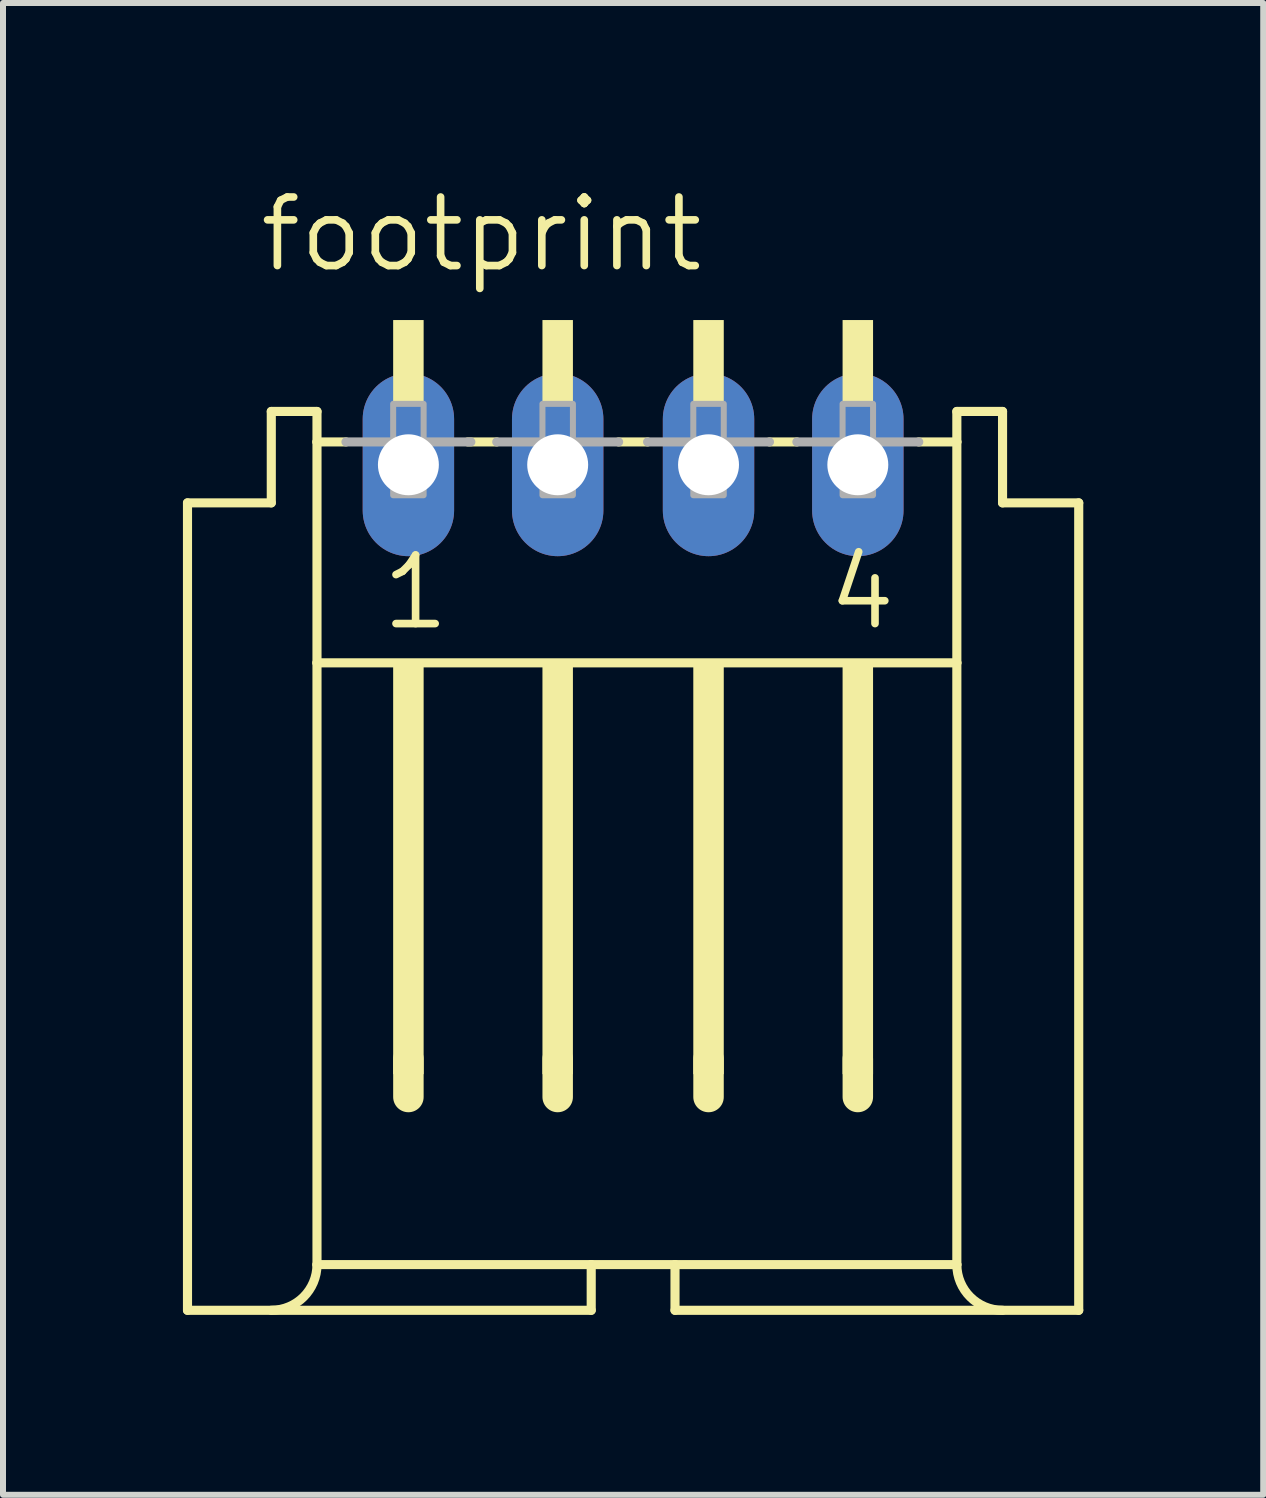
<source format=kicad_pcb>
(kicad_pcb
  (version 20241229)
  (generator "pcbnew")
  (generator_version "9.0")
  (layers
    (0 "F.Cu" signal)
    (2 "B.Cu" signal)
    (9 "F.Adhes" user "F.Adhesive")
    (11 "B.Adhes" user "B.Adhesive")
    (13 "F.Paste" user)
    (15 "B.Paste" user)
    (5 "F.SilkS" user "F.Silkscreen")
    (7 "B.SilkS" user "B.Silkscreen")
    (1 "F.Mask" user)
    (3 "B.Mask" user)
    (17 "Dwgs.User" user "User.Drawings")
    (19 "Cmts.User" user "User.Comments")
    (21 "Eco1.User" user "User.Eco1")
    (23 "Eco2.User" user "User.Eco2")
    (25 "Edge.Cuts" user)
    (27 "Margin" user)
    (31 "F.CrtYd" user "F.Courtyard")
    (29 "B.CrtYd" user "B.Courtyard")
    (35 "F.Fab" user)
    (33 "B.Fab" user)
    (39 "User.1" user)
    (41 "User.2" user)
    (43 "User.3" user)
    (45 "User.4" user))
  (footprint "footprint"
    (layer "F.Cu")
    (at 3.759 6.604)
    (property "Reference" "footprint" (at -2.54 -5.08 0) (layer "F.SilkS") (effects (font (size 1.143 1.143) (thickness 0.127)) (justify left bottom)))
    (fp_line (start -3.683 12.192) (end -3.683 -1.27) (stroke (width 0.152) (type solid)) (layer "F.SilkS"))
    (fp_line (start -3.683 12.192) (end 3.048 12.192) (stroke (width 0.152) (type solid)) (layer "F.SilkS"))
    (fp_line (start -2.286 -1.27) (end -3.683 -1.27) (stroke (width 0.152) (type solid)) (layer "F.SilkS"))
    (fp_line (start -2.286 -1.27) (end -2.286 -2.794) (stroke (width 0.152) (type solid)) (layer "F.SilkS"))
    (fp_line (start -1.524 -2.794) (end -2.286 -2.794) (stroke (width 0.152) (type solid)) (layer "F.SilkS"))
    (fp_line (start -1.524 -2.286) (end -1.524 -2.794) (stroke (width 0.152) (type solid)) (layer "F.SilkS"))
    (fp_line (start -1.524 1.397) (end -1.524 -2.286) (stroke (width 0.152) (type solid)) (layer "F.SilkS"))
    (fp_line (start -1.524 11.43) (end -1.524 1.397) (stroke (width 0.152) (type solid)) (layer "F.SilkS"))
    (fp_line (start -1.524 11.43) (end 3.048 11.43) (stroke (width 0.152) (type solid)) (layer "F.SilkS"))
    (fp_line (start -1.041 -2.286) (end -1.524 -2.286) (stroke (width 0.152) (type solid)) (layer "F.SilkS"))
    (fp_line (start 0 8.001) (end 0 8.636) (stroke (width 0.508) (type solid)) (layer "F.SilkS"))
    (fp_line (start 1.473 -2.286) (end 0.991 -2.286) (stroke (width 0.152) (type solid)) (layer "F.SilkS"))
    (fp_line (start 2.489 8.001) (end 2.489 8.636) (stroke (width 0.508) (type solid)) (layer "F.SilkS"))
    (fp_line (start 3.048 11.43) (end 4.445 11.43) (stroke (width 0.152) (type solid)) (layer "F.SilkS"))
    (fp_line (start 3.048 12.192) (end 3.048 11.43) (stroke (width 0.152) (type solid)) (layer "F.SilkS"))
    (fp_line (start 3.988 -2.286) (end 3.505 -2.286) (stroke (width 0.152) (type solid)) (layer "F.SilkS"))
    (fp_line (start 4.445 12.192) (end 4.445 11.43) (stroke (width 0.152) (type solid)) (layer "F.SilkS"))
    (fp_line (start 4.445 12.192) (end 11.176 12.192) (stroke (width 0.152) (type solid)) (layer "F.SilkS"))
    (fp_line (start 5.004 8.001) (end 5.004 8.636) (stroke (width 0.508) (type solid)) (layer "F.SilkS"))
    (fp_line (start 6.477 -2.286) (end 6.02 -2.286) (stroke (width 0.152) (type solid)) (layer "F.SilkS"))
    (fp_line (start 7.493 8.001) (end 7.493 8.636) (stroke (width 0.508) (type solid)) (layer "F.SilkS"))
    (fp_line (start 9.144 -2.794) (end 9.144 -2.286) (stroke (width 0.152) (type solid)) (layer "F.SilkS"))
    (fp_line (start 9.144 -2.286) (end 8.509 -2.286) (stroke (width 0.152) (type solid)) (layer "F.SilkS"))
    (fp_line (start 9.144 -2.286) (end 9.144 1.397) (stroke (width 0.152) (type solid)) (layer "F.SilkS"))
    (fp_line (start 9.144 1.397) (end -1.524 1.397) (stroke (width 0.152) (type solid)) (layer "F.SilkS"))
    (fp_line (start 9.144 1.397) (end 9.144 11.43) (stroke (width 0.152) (type solid)) (layer "F.SilkS"))
    (fp_line (start 9.144 11.43) (end 4.445 11.43) (stroke (width 0.152) (type solid)) (layer "F.SilkS"))
    (fp_line (start 9.906 -2.794) (end 9.144 -2.794) (stroke (width 0.152) (type solid)) (layer "F.SilkS"))
    (fp_line (start 9.906 -2.794) (end 9.906 -1.27) (stroke (width 0.152) (type solid)) (layer "F.SilkS"))
    (fp_line (start 11.176 -1.27) (end 9.906 -1.27) (stroke (width 0.152) (type solid)) (layer "F.SilkS"))
    (fp_line (start 11.176 -1.27) (end 11.176 12.192) (stroke (width 0.152) (type solid)) (layer "F.SilkS"))
    (fp_arc (start -1.524 11.43) (mid -1.747185 11.968815) (end -2.286 12.192) (stroke (width 0.1524) (type solid)) (layer "F.SilkS"))
    (fp_arc (start 9.906 12.192) (mid 9.367185 11.968815) (end 9.144 11.43) (stroke (width 0.1524) (type solid)) (layer "F.SilkS"))
    (fp_poly (pts (xy -0.254 -2.921) (xy 0.254 -2.921) (xy 0.254 -4.318) (xy -0.254 -4.318)) (stroke (width 0) (type solid)) (fill yes) (layer "F.SilkS"))
    (fp_poly (pts (xy -0.254 8.255) (xy 0.254 8.255) (xy 0.254 1.397) (xy -0.254 1.397)) (stroke (width 0) (type solid)) (fill yes) (layer "F.SilkS"))
    (fp_poly (pts (xy 2.235 -2.921) (xy 2.743 -2.921) (xy 2.743 -4.318) (xy 2.235 -4.318)) (stroke (width 0) (type solid)) (fill yes) (layer "F.SilkS"))
    (fp_poly (pts (xy 2.235 8.255) (xy 2.743 8.255) (xy 2.743 1.397) (xy 2.235 1.397)) (stroke (width 0) (type solid)) (fill yes) (layer "F.SilkS"))
    (fp_poly (pts (xy 4.75 -2.921) (xy 5.258 -2.921) (xy 5.258 -4.318) (xy 4.75 -4.318)) (stroke (width 0) (type solid)) (fill yes) (layer "F.SilkS"))
    (fp_poly (pts (xy 4.75 8.255) (xy 5.258 8.255) (xy 5.258 1.397) (xy 4.75 1.397)) (stroke (width 0) (type solid)) (fill yes) (layer "F.SilkS"))
    (fp_poly (pts (xy 7.239 -2.921) (xy 7.747 -2.921) (xy 7.747 -4.318) (xy 7.239 -4.318)) (stroke (width 0) (type solid)) (fill yes) (layer "F.SilkS"))
    (fp_poly (pts (xy 7.239 8.255) (xy 7.747 8.255) (xy 7.747 1.397) (xy 7.239 1.397)) (stroke (width 0) (type solid)) (fill yes) (layer "F.SilkS"))
    (fp_line (start -1.041 -2.286) (end 1.041 -2.286) (stroke (width 0.152) (type solid)) (layer "F.Fab"))
    (fp_line (start 1.473 -2.286) (end 3.505 -2.286) (stroke (width 0.152) (type solid)) (layer "F.Fab"))
    (fp_line (start 3.988 -2.286) (end 6.02 -2.286) (stroke (width 0.152) (type solid)) (layer "F.Fab"))
    (fp_line (start 6.477 -2.286) (end 8.509 -2.286) (stroke (width 0.152) (type solid)) (layer "F.Fab"))
    (fp_poly (pts (xy -0.254 -1.397) (xy 0.254 -1.397) (xy 0.254 -2.921) (xy -0.254 -2.921)) (stroke (width 0.1) (type solid)) (fill no) (layer "F.Fab"))
    (fp_poly (pts (xy 2.235 -1.397) (xy 2.743 -1.397) (xy 2.743 -2.921) (xy 2.235 -2.921)) (stroke (width 0.1) (type solid)) (fill no) (layer "F.Fab"))
    (fp_poly (pts (xy 4.75 -1.397) (xy 5.258 -1.397) (xy 5.258 -2.921) (xy 4.75 -2.921)) (stroke (width 0.1) (type solid)) (fill no) (layer "F.Fab"))
    (fp_poly (pts (xy 7.239 -1.397) (xy 7.747 -1.397) (xy 7.747 -2.921) (xy 7.239 -2.921)) (stroke (width 0.1) (type solid)) (fill no) (layer "F.Fab"))
    (fp_text user "1" (at -0.508 0.889 0) (layer "F.SilkS") (effects (font (size 1.143 1.143) (thickness 0.127)) (justify left bottom)))
    (fp_text user "4" (at 6.934 0.889 0) (layer "F.SilkS") (effects (font (size 1.143 1.143) (thickness 0.127)) (justify left bottom)))
    (pad "1" thru_hole oval (at 0 -1.905 90) (size 3.048 1.524) (drill 1.016) (layers "*.Cu" "*.Mask"))
    (pad "2" thru_hole oval (at 2.489 -1.905 90) (size 3.048 1.524) (drill 1.016) (layers "*.Cu" "*.Mask"))
    (pad "3" thru_hole oval (at 5.004 -1.905 90) (size 3.048 1.524) (drill 1.016) (layers "*.Cu" "*.Mask"))
    (pad "4" thru_hole oval (at 7.493 -1.905 90) (size 3.048 1.524) (drill 1.016) (layers "*.Cu" "*.Mask")))
  (gr_rect
    (start -3 -3)
    (end 18.011 21.872)
    (stroke (width 0.1) (type default))
    (fill no)
    (layer "Edge.Cuts")))
</source>
